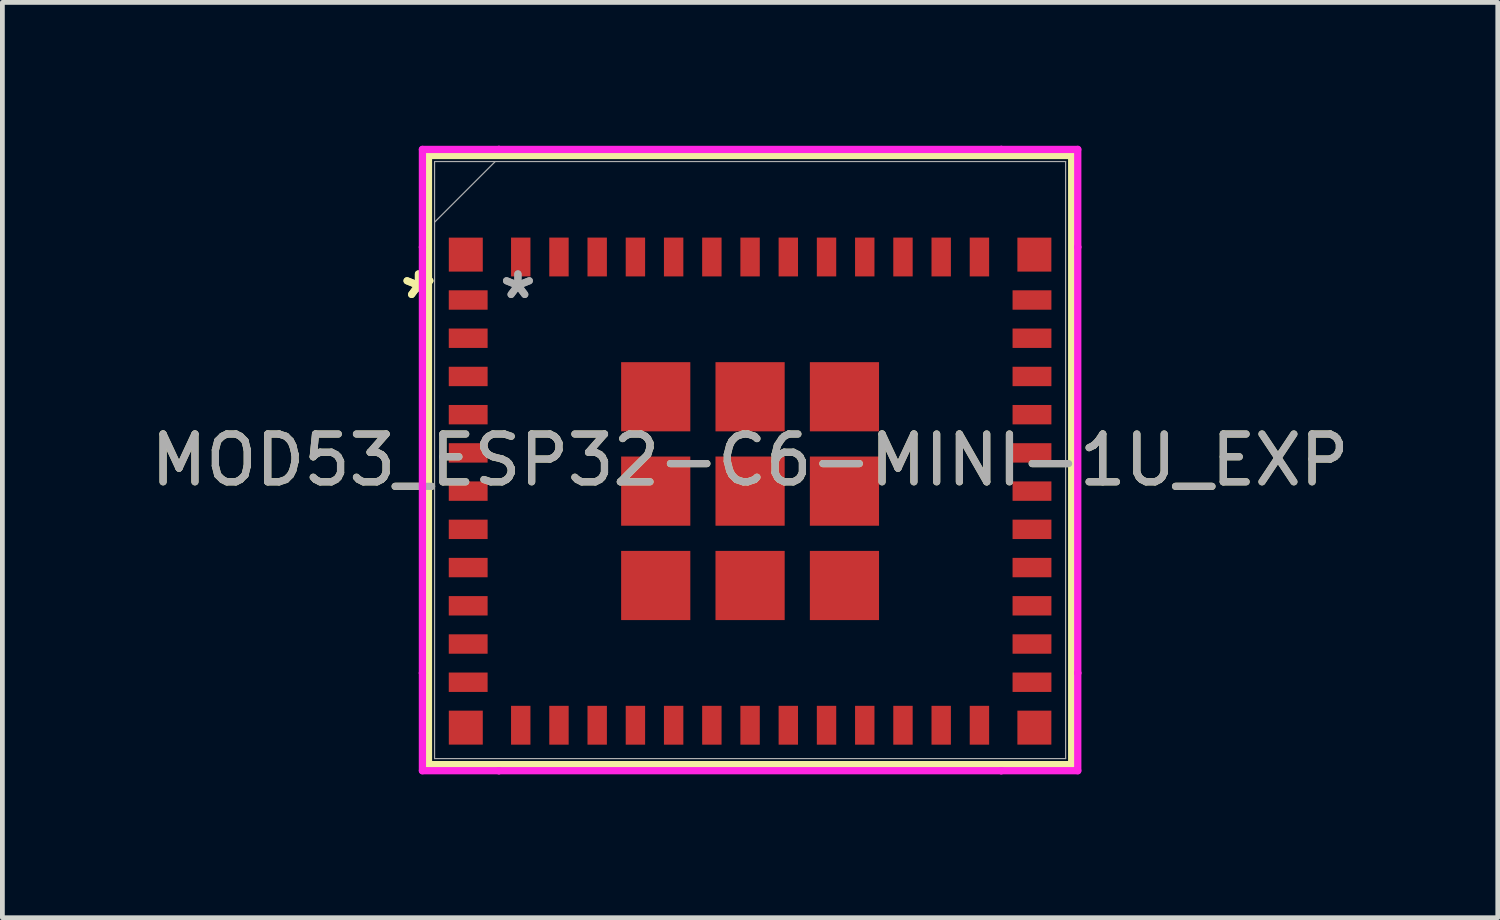
<source format=kicad_pcb>
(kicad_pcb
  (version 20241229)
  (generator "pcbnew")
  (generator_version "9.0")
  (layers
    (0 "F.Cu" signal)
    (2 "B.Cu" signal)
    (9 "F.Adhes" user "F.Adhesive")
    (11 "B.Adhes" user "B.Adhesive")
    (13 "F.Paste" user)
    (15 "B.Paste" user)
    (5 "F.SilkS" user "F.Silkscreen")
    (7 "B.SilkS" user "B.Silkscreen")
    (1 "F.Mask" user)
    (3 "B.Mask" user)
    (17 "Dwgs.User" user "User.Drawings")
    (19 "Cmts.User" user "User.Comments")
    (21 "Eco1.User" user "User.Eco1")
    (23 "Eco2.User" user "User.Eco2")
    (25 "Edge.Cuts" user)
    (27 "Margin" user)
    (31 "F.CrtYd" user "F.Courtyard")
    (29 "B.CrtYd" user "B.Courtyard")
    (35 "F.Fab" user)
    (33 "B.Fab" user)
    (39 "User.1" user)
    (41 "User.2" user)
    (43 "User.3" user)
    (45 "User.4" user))
  (footprint "MOD53_ESP32-C6-MINI-1U_EXP"
    (layer "F.Cu")
    (at 12.649 6.579)
    (property "Reference" "MOD53_ESP32-C6-MINI-1U_EXP" (at 0 0 0) (unlocked yes) (layer "F.SilkS") (effects (font (size 1 1) (thickness 0.15))))
    (attr smd)
    (fp_line (start -6.731 -6.375) (end -6.731 6.375) (stroke (width 0.152) (type solid)) (layer "F.SilkS"))
    (fp_line (start -6.731 6.375) (end 6.731 6.375) (stroke (width 0.152) (type solid)) (layer "F.SilkS"))
    (fp_line (start 6.731 -6.375) (end -6.731 -6.375) (stroke (width 0.152) (type solid)) (layer "F.SilkS"))
    (fp_line (start 6.731 6.375) (end 6.731 -6.375) (stroke (width 0.152) (type solid)) (layer "F.SilkS"))
    (fp_line (start -6.858 -6.502) (end -5.257 -6.502) (stroke (width 0.152) (type solid)) (layer "F.CrtYd"))
    (fp_line (start -6.858 -4.457) (end -6.858 -6.502) (stroke (width 0.152) (type solid)) (layer "F.CrtYd"))
    (fp_line (start -6.858 -4.457) (end -6.858 -4.457) (stroke (width 0.152) (type solid)) (layer "F.CrtYd"))
    (fp_line (start -6.858 4.457) (end -6.858 -4.457) (stroke (width 0.152) (type solid)) (layer "F.CrtYd"))
    (fp_line (start -6.858 4.457) (end -6.858 4.457) (stroke (width 0.152) (type solid)) (layer "F.CrtYd"))
    (fp_line (start -6.858 6.502) (end -6.858 4.457) (stroke (width 0.152) (type solid)) (layer "F.CrtYd"))
    (fp_line (start -5.257 -6.502) (end -5.257 -6.502) (stroke (width 0.152) (type solid)) (layer "F.CrtYd"))
    (fp_line (start -5.257 -6.502) (end 5.257 -6.502) (stroke (width 0.152) (type solid)) (layer "F.CrtYd"))
    (fp_line (start -5.257 6.502) (end -6.858 6.502) (stroke (width 0.152) (type solid)) (layer "F.CrtYd"))
    (fp_line (start -5.257 6.502) (end -5.257 6.502) (stroke (width 0.152) (type solid)) (layer "F.CrtYd"))
    (fp_line (start 5.257 -6.502) (end 5.257 -6.502) (stroke (width 0.152) (type solid)) (layer "F.CrtYd"))
    (fp_line (start 5.257 -6.502) (end 6.858 -6.502) (stroke (width 0.152) (type solid)) (layer "F.CrtYd"))
    (fp_line (start 5.257 6.502) (end -5.257 6.502) (stroke (width 0.152) (type solid)) (layer "F.CrtYd"))
    (fp_line (start 5.257 6.502) (end 5.257 6.502) (stroke (width 0.152) (type solid)) (layer "F.CrtYd"))
    (fp_line (start 6.858 -6.502) (end 6.858 -4.457) (stroke (width 0.152) (type solid)) (layer "F.CrtYd"))
    (fp_line (start 6.858 -4.457) (end 6.858 -4.457) (stroke (width 0.152) (type solid)) (layer "F.CrtYd"))
    (fp_line (start 6.858 -4.457) (end 6.858 4.457) (stroke (width 0.152) (type solid)) (layer "F.CrtYd"))
    (fp_line (start 6.858 4.457) (end 6.858 4.457) (stroke (width 0.152) (type solid)) (layer "F.CrtYd"))
    (fp_line (start 6.858 4.457) (end 6.858 6.502) (stroke (width 0.152) (type solid)) (layer "F.CrtYd"))
    (fp_line (start 6.858 6.502) (end 5.257 6.502) (stroke (width 0.152) (type solid)) (layer "F.CrtYd"))
    (fp_line (start -6.604 -6.248) (end -6.604 6.248) (stroke (width 0.025) (type solid)) (layer "F.Fab"))
    (fp_line (start -6.604 -4.978) (end -5.334 -6.248) (stroke (width 0.025) (type solid)) (layer "F.Fab"))
    (fp_line (start -6.604 6.248) (end 6.604 6.248) (stroke (width 0.025) (type solid)) (layer "F.Fab"))
    (fp_line (start 6.604 -6.248) (end -6.604 -6.248) (stroke (width 0.025) (type solid)) (layer "F.Fab"))
    (fp_line (start 6.604 6.248) (end 6.604 -6.248) (stroke (width 0.025) (type solid)) (layer "F.Fab"))
    (fp_text user "*" (at -6.941 -3.35 0) (layer "F.SilkS") (effects (font (size 1 1) (thickness 0.15))))
    (fp_text user "*" (at -6.941 -3.35 0) (unlocked yes) (layer "F.SilkS") (effects (font (size 1 1) (thickness 0.15))))
    (fp_text user "${REFERENCE}" (at 0 0 0) (unlocked yes) (layer "F.Fab") (effects (font (size 1 1) (thickness 0.15))))
    (fp_text user "*" (at -4.859 -3.35 0) (layer "F.Fab") (effects (font (size 1 1) (thickness 0.15))))
    (fp_text user "*" (at -4.859 -3.35 0) (unlocked yes) (layer "F.Fab") (effects (font (size 1 1) (thickness 0.15))))
    (pad "1" smd rect (at -5.9 -3.35) (size 0.813 0.406) (layers "F.Cu" "F.Mask" "F.Paste"))
    (pad "2" smd rect (at -5.9 -2.55) (size 0.813 0.406) (layers "F.Cu" "F.Mask" "F.Paste"))
    (pad "3" smd rect (at -5.9 -1.75) (size 0.813 0.406) (layers "F.Cu" "F.Mask" "F.Paste"))
    (pad "4" smd rect (at -5.9 -0.95) (size 0.813 0.406) (layers "F.Cu" "F.Mask" "F.Paste"))
    (pad "5" smd rect (at -5.9 -0.15) (size 0.813 0.406) (layers "F.Cu" "F.Mask" "F.Paste"))
    (pad "6" smd rect (at -5.9 0.65) (size 0.813 0.406) (layers "F.Cu" "F.Mask" "F.Paste"))
    (pad "7" smd rect (at -5.9 1.45) (size 0.813 0.406) (layers "F.Cu" "F.Mask" "F.Paste"))
    (pad "8" smd rect (at -5.9 2.25) (size 0.813 0.406) (layers "F.Cu" "F.Mask" "F.Paste"))
    (pad "9" smd rect (at -5.9 3.05) (size 0.813 0.406) (layers "F.Cu" "F.Mask" "F.Paste"))
    (pad "10" smd rect (at -5.9 3.85) (size 0.813 0.406) (layers "F.Cu" "F.Mask" "F.Paste"))
    (pad "11" smd rect (at -5.9 4.65) (size 0.813 0.406) (layers "F.Cu" "F.Mask" "F.Paste"))
    (pad "12" smd rect (at -4.8 5.55 90) (size 0.813 0.406) (layers "F.Cu" "F.Mask" "F.Paste"))
    (pad "13" smd rect (at -4 5.55 90) (size 0.813 0.406) (layers "F.Cu" "F.Mask" "F.Paste"))
    (pad "14" smd rect (at -3.2 5.55 90) (size 0.813 0.406) (layers "F.Cu" "F.Mask" "F.Paste"))
    (pad "15" smd rect (at -2.4 5.55 90) (size 0.813 0.406) (layers "F.Cu" "F.Mask" "F.Paste"))
    (pad "16" smd rect (at -1.6 5.55 90) (size 0.813 0.406) (layers "F.Cu" "F.Mask" "F.Paste"))
    (pad "17" smd rect (at -0.8 5.55 90) (size 0.813 0.406) (layers "F.Cu" "F.Mask" "F.Paste"))
    (pad "18" smd rect (at 0 5.55 90) (size 0.813 0.406) (layers "F.Cu" "F.Mask" "F.Paste"))
    (pad "19" smd rect (at 0.8 5.55 90) (size 0.813 0.406) (layers "F.Cu" "F.Mask" "F.Paste"))
    (pad "20" smd rect (at 1.6 5.55 90) (size 0.813 0.406) (layers "F.Cu" "F.Mask" "F.Paste"))
    (pad "21" smd rect (at 2.4 5.55 90) (size 0.813 0.406) (layers "F.Cu" "F.Mask" "F.Paste"))
    (pad "22" smd rect (at 3.2 5.55 90) (size 0.813 0.406) (layers "F.Cu" "F.Mask" "F.Paste"))
    (pad "23" smd rect (at 4 5.55 90) (size 0.813 0.406) (layers "F.Cu" "F.Mask" "F.Paste"))
    (pad "24" smd rect (at 4.8 5.55 90) (size 0.813 0.406) (layers "F.Cu" "F.Mask" "F.Paste"))
    (pad "25" smd rect (at 5.9 4.65) (size 0.813 0.406) (layers "F.Cu" "F.Mask" "F.Paste"))
    (pad "26" smd rect (at 5.9 3.85) (size 0.813 0.406) (layers "F.Cu" "F.Mask" "F.Paste"))
    (pad "27" smd rect (at 5.9 3.05) (size 0.813 0.406) (layers "F.Cu" "F.Mask" "F.Paste"))
    (pad "28" smd rect (at 5.9 2.25) (size 0.813 0.406) (layers "F.Cu" "F.Mask" "F.Paste"))
    (pad "29" smd rect (at 5.9 1.45) (size 0.813 0.406) (layers "F.Cu" "F.Mask" "F.Paste"))
    (pad "30" smd rect (at 5.9 0.65) (size 0.813 0.406) (layers "F.Cu" "F.Mask" "F.Paste"))
    (pad "31" smd rect (at 5.9 -0.15) (size 0.813 0.406) (layers "F.Cu" "F.Mask" "F.Paste"))
    (pad "32" smd rect (at 5.9 -0.95) (size 0.813 0.406) (layers "F.Cu" "F.Mask" "F.Paste"))
    (pad "33" smd rect (at 5.9 -1.75) (size 0.813 0.406) (layers "F.Cu" "F.Mask" "F.Paste"))
    (pad "34" smd rect (at 5.9 -2.55) (size 0.813 0.406) (layers "F.Cu" "F.Mask" "F.Paste"))
    (pad "35" smd rect (at 5.9 -3.35) (size 0.813 0.406) (layers "F.Cu" "F.Mask" "F.Paste"))
    (pad "36" smd rect (at 4.8 -4.25 90) (size 0.813 0.406) (layers "F.Cu" "F.Mask" "F.Paste"))
    (pad "37" smd rect (at 4 -4.25 90) (size 0.813 0.406) (layers "F.Cu" "F.Mask" "F.Paste"))
    (pad "38" smd rect (at 3.2 -4.25 90) (size 0.813 0.406) (layers "F.Cu" "F.Mask" "F.Paste"))
    (pad "39" smd rect (at 2.4 -4.25 90) (size 0.813 0.406) (layers "F.Cu" "F.Mask" "F.Paste"))
    (pad "40" smd rect (at 1.6 -4.25 90) (size 0.813 0.406) (layers "F.Cu" "F.Mask" "F.Paste"))
    (pad "41" smd rect (at 0.8 -4.25 90) (size 0.813 0.406) (layers "F.Cu" "F.Mask" "F.Paste"))
    (pad "42" smd rect (at 0 -4.25 90) (size 0.813 0.406) (layers "F.Cu" "F.Mask" "F.Paste"))
    (pad "43" smd rect (at -0.8 -4.25 90) (size 0.813 0.406) (layers "F.Cu" "F.Mask" "F.Paste"))
    (pad "44" smd rect (at -1.6 -4.25 90) (size 0.813 0.406) (layers "F.Cu" "F.Mask" "F.Paste"))
    (pad "45" smd rect (at -2.4 -4.25 90) (size 0.813 0.406) (layers "F.Cu" "F.Mask" "F.Paste"))
    (pad "46" smd rect (at -3.2 -4.25 90) (size 0.813 0.406) (layers "F.Cu" "F.Mask" "F.Paste"))
    (pad "47" smd rect (at -4 -4.25 90) (size 0.813 0.406) (layers "F.Cu" "F.Mask" "F.Paste"))
    (pad "48" smd rect (at -4.8 -4.25 90) (size 0.813 0.406) (layers "F.Cu" "F.Mask" "F.Paste"))
    (pad "49" smd rect (at 0 0.65) (size 1.448 1.448) (layers "F.Cu" "F.Mask" "F.Paste"))
    (pad "50" smd rect (at 5.95 -4.3) (size 0.711 0.711) (layers "F.Cu" "F.Mask" "F.Paste"))
    (pad "51" smd rect (at 5.95 5.6) (size 0.711 0.711) (layers "F.Cu" "F.Mask" "F.Paste"))
    (pad "52" smd rect (at -5.95 5.6) (size 0.711 0.711) (layers "F.Cu" "F.Mask" "F.Paste"))
    (pad "53" smd rect (at -5.95 -4.3) (size 0.711 0.711) (layers "F.Cu" "F.Mask" "F.Paste"))
    (pad "54" smd rect (at -1.975 -1.325) (size 1.448 1.448) (layers "F.Cu" "F.Mask" "F.Paste"))
    (pad "55" smd rect (at -1.975 0.65) (size 1.448 1.448) (layers "F.Cu" "F.Mask" "F.Paste"))
    (pad "56" smd rect (at -1.975 2.625) (size 1.448 1.448) (layers "F.Cu" "F.Mask" "F.Paste"))
    (pad "57" smd rect (at 0 2.625) (size 1.448 1.448) (layers "F.Cu" "F.Mask" "F.Paste"))
    (pad "58" smd rect (at 1.975 2.625) (size 1.448 1.448) (layers "F.Cu" "F.Mask" "F.Paste"))
    (pad "59" smd rect (at 1.975 0.65) (size 1.448 1.448) (layers "F.Cu" "F.Mask" "F.Paste"))
    (pad "60" smd rect (at 1.975 -1.325) (size 1.448 1.448) (layers "F.Cu" "F.Mask" "F.Paste"))
    (pad "61" smd rect (at 0 -1.325) (size 1.448 1.448) (layers "F.Cu" "F.Mask" "F.Paste")))
  (gr_rect
    (start -3 -3)
    (end 28.298 16.157)
    (stroke (width 0.1) (type default))
    (fill no)
    (layer "Edge.Cuts")))
</source>
